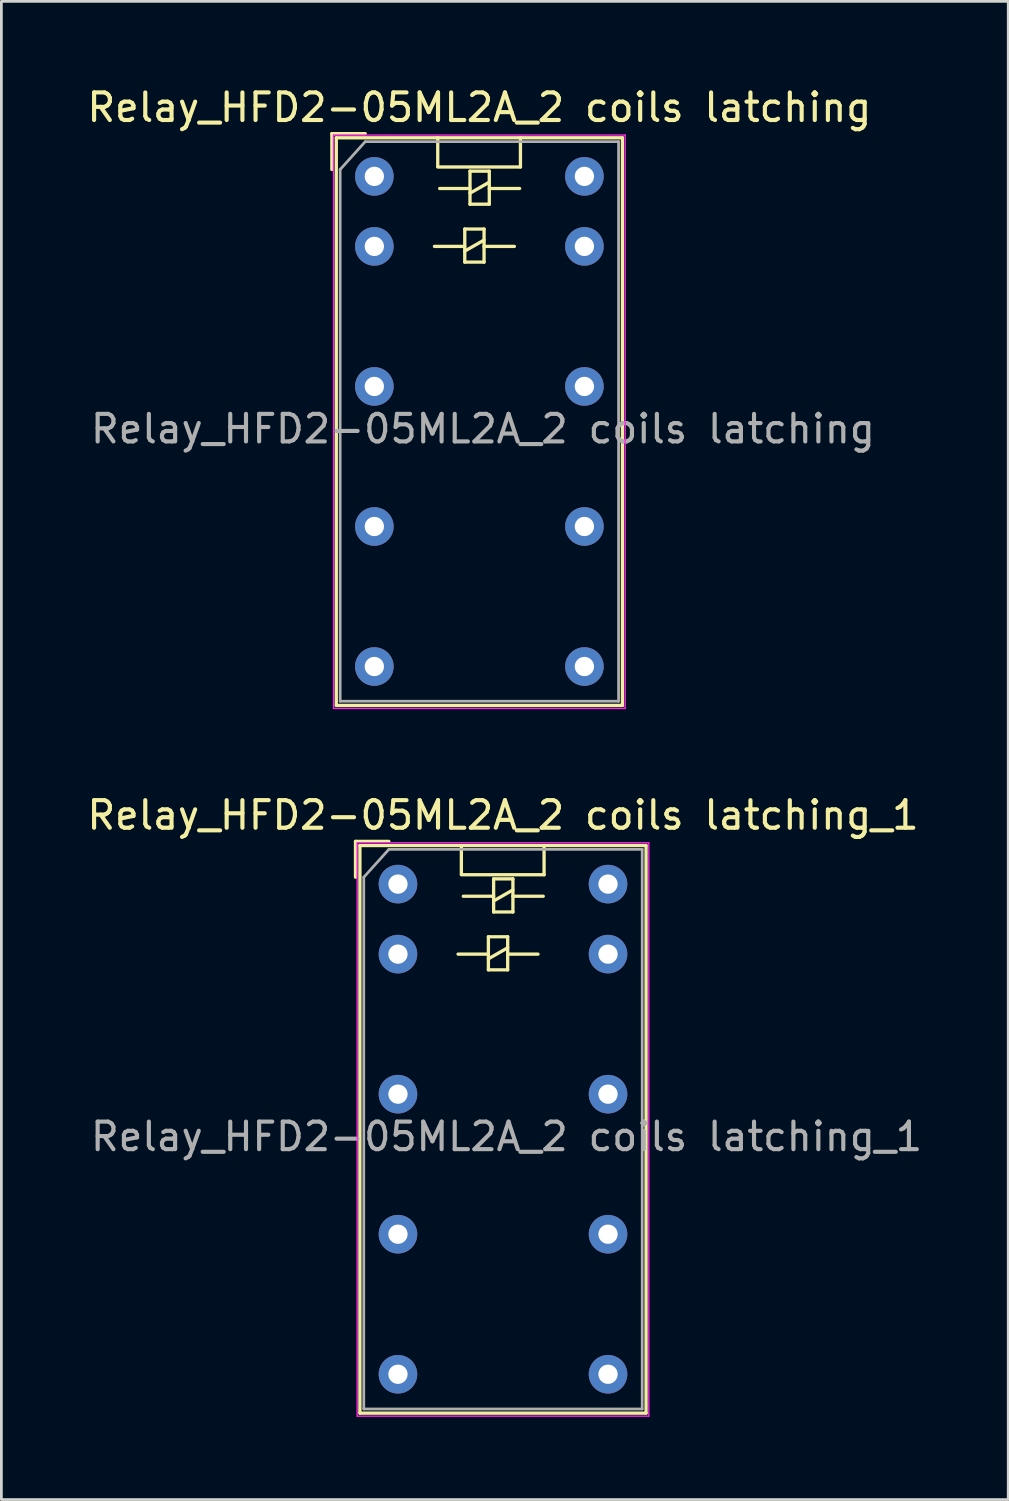
<source format=kicad_pcb>
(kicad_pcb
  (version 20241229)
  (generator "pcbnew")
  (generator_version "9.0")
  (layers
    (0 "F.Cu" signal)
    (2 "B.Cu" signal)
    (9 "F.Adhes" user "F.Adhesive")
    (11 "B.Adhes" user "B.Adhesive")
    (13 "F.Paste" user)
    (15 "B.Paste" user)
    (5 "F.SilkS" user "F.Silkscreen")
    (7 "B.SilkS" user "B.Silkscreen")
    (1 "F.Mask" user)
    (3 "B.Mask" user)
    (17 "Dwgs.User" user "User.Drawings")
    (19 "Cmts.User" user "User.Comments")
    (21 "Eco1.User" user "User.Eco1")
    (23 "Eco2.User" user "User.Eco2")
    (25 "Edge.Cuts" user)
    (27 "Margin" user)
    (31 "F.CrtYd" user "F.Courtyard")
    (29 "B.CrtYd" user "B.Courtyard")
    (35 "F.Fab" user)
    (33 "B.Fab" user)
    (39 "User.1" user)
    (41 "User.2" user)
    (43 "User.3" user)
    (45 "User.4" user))
  (footprint "Relay_HFD2-05ML2A_2 coils latching"
    (layer "F.Cu")
    (at 10.529 3.348)
    (property "Reference" "Relay_HFD2-05ML2A_2 coils latching" (at 3.81 -2.5 0) (layer "F.SilkS") (effects (font (size 1 1) (thickness 0.15))))
    (attr through_hole)
    (fp_line (start -1.54 -1.55) (end -0.33 -1.55) (stroke (width 0.12) (type solid)) (layer "F.SilkS"))
    (fp_line (start -1.54 -0.25) (end -1.54 -1.55) (stroke (width 0.12) (type solid)) (layer "F.SilkS"))
    (fp_line (start -1.38 -1.4) (end -1.38 19.19) (stroke (width 0.12) (type solid)) (layer "F.SilkS"))
    (fp_line (start -1.38 19.19) (end 9 19.19) (stroke (width 0.12) (type solid)) (layer "F.SilkS"))
    (fp_line (start 2.3 -1.4) (end 2.3 -0.36) (stroke (width 0.12) (type solid)) (layer "F.SilkS"))
    (fp_line (start 2.3 -0.34) (end 5.3 -0.34) (stroke (width 0.12) (type solid)) (layer "F.SilkS"))
    (fp_line (start 3.28 1.91) (end 3.28 3.11) (stroke (width 0.12) (type solid)) (layer "F.SilkS"))
    (fp_line (start 3.28 2.54) (end 2.18 2.54) (stroke (width 0.12) (type solid)) (layer "F.SilkS"))
    (fp_line (start 3.28 2.71) (end 3.98 2.31) (stroke (width 0.12) (type solid)) (layer "F.SilkS"))
    (fp_line (start 3.28 3.11) (end 3.98 3.11) (stroke (width 0.12) (type solid)) (layer "F.SilkS"))
    (fp_line (start 3.47 -0.19) (end 3.47 1.01) (stroke (width 0.12) (type solid)) (layer "F.SilkS"))
    (fp_line (start 3.47 0.44) (end 2.37 0.44) (stroke (width 0.12) (type solid)) (layer "F.SilkS"))
    (fp_line (start 3.47 0.61) (end 4.17 0.21) (stroke (width 0.12) (type solid)) (layer "F.SilkS"))
    (fp_line (start 3.47 1.01) (end 4.17 1.01) (stroke (width 0.12) (type solid)) (layer "F.SilkS"))
    (fp_line (start 3.98 1.91) (end 3.28 1.91) (stroke (width 0.12) (type solid)) (layer "F.SilkS"))
    (fp_line (start 3.98 2.54) (end 5.08 2.54) (stroke (width 0.12) (type solid)) (layer "F.SilkS"))
    (fp_line (start 3.98 3.11) (end 3.98 1.91) (stroke (width 0.12) (type solid)) (layer "F.SilkS"))
    (fp_line (start 4.17 -0.19) (end 3.47 -0.19) (stroke (width 0.12) (type solid)) (layer "F.SilkS"))
    (fp_line (start 4.17 0.44) (end 5.27 0.44) (stroke (width 0.12) (type solid)) (layer "F.SilkS"))
    (fp_line (start 4.17 1.01) (end 4.17 -0.19) (stroke (width 0.12) (type solid)) (layer "F.SilkS"))
    (fp_line (start 5.3 -0.34) (end 5.3 -1.4) (stroke (width 0.12) (type solid)) (layer "F.SilkS"))
    (fp_line (start 9 -1.4) (end -1.38 -1.4) (stroke (width 0.12) (type solid)) (layer "F.SilkS"))
    (fp_line (start 9 19.19) (end 9 -1.4) (stroke (width 0.12) (type solid)) (layer "F.SilkS"))
    (fp_line (start -1.48 -1.5) (end -1.48 19.3) (stroke (width 0.05) (type solid)) (layer "F.CrtYd"))
    (fp_line (start -1.48 -1.5) (end 9.1 -1.5) (stroke (width 0.05) (type solid)) (layer "F.CrtYd"))
    (fp_line (start 9.1 -1.5) (end 9.1 19.3) (stroke (width 0.05) (type solid)) (layer "F.CrtYd"))
    (fp_line (start 9.1 19.3) (end -1.48 19.3) (stroke (width 0.05) (type solid)) (layer "F.CrtYd"))
    (fp_line (start -1.24 -0.25) (end -1.24 19.04) (stroke (width 0.1) (type solid)) (layer "F.Fab"))
    (fp_line (start -1.24 -0.25) (end -0.33 -1.26) (stroke (width 0.1) (type solid)) (layer "F.Fab"))
    (fp_line (start -1.24 19.04) (end 8.86 19.04) (stroke (width 0.1) (type solid)) (layer "F.Fab"))
    (fp_line (start 8.86 -1.26) (end -0.33 -1.26) (stroke (width 0.1) (type solid)) (layer "F.Fab"))
    (fp_line (start 8.86 19.04) (end 8.86 -1.26) (stroke (width 0.1) (type solid)) (layer "F.Fab"))
    (fp_text user "${REFERENCE}" (at 3.94 9.16 0) (layer "F.Fab") (effects (font (size 1 1) (thickness 0.15))))
    (pad "1" thru_hole circle (at 7.62 0) (size 1.4 1.4) (drill 0.7) (layers "*.Cu" "*.Mask"))
    (pad "2" thru_hole circle (at 7.62 2.54) (size 1.4 1.4) (drill 0.7) (layers "*.Cu" "*.Mask"))
    (pad "4" thru_hole circle (at 7.62 7.62) (size 1.4 1.4) (drill 0.7) (layers "*.Cu" "*.Mask"))
    (pad "6" thru_hole circle (at 7.62 12.7) (size 1.4 1.4) (drill 0.7) (layers "*.Cu" "*.Mask"))
    (pad "8" thru_hole circle (at 7.62 17.78) (size 1.4 1.4) (drill 0.7) (layers "*.Cu" "*.Mask"))
    (pad "9" thru_hole circle (at 0 17.78) (size 1.4 1.4) (drill 0.7) (layers "*.Cu" "*.Mask"))
    (pad "11" thru_hole circle (at 0 12.7) (size 1.4 1.4) (drill 0.7) (layers "*.Cu" "*.Mask"))
    (pad "13" thru_hole circle (at 0 7.62) (size 1.4 1.4) (drill 0.7) (layers "*.Cu" "*.Mask"))
    (pad "15" thru_hole circle (at 0 2.54) (size 1.4 1.4) (drill 0.7) (layers "*.Cu" "*.Mask"))
    (pad "16" thru_hole circle (at 0 0) (size 1.4 1.4) (drill 0.7) (layers "*.Cu" "*.Mask")))
  (footprint "Relay_HFD2-05ML2A_2 coils latching_1"
    (layer "F.Cu")
    (at 11.386 29.021)
    (property "Reference" "Relay_HFD2-05ML2A_2 coils latching_1" (at 3.81 -2.5 0) (layer "F.SilkS") (effects (font (size 1 1) (thickness 0.15))))
    (attr through_hole)
    (fp_line (start -1.54 -1.55) (end -0.33 -1.55) (stroke (width 0.12) (type solid)) (layer "F.SilkS"))
    (fp_line (start -1.54 -0.25) (end -1.54 -1.55) (stroke (width 0.12) (type solid)) (layer "F.SilkS"))
    (fp_line (start -1.38 -1.4) (end -1.38 19.19) (stroke (width 0.12) (type solid)) (layer "F.SilkS"))
    (fp_line (start -1.38 19.19) (end 9 19.19) (stroke (width 0.12) (type solid)) (layer "F.SilkS"))
    (fp_line (start 2.3 -1.4) (end 2.3 -0.36) (stroke (width 0.12) (type solid)) (layer "F.SilkS"))
    (fp_line (start 2.3 -0.34) (end 5.3 -0.34) (stroke (width 0.12) (type solid)) (layer "F.SilkS"))
    (fp_line (start 3.28 1.91) (end 3.28 3.11) (stroke (width 0.12) (type solid)) (layer "F.SilkS"))
    (fp_line (start 3.28 2.54) (end 2.18 2.54) (stroke (width 0.12) (type solid)) (layer "F.SilkS"))
    (fp_line (start 3.28 2.71) (end 3.98 2.31) (stroke (width 0.12) (type solid)) (layer "F.SilkS"))
    (fp_line (start 3.28 3.11) (end 3.98 3.11) (stroke (width 0.12) (type solid)) (layer "F.SilkS"))
    (fp_line (start 3.47 -0.19) (end 3.47 1.01) (stroke (width 0.12) (type solid)) (layer "F.SilkS"))
    (fp_line (start 3.47 0.44) (end 2.37 0.44) (stroke (width 0.12) (type solid)) (layer "F.SilkS"))
    (fp_line (start 3.47 0.61) (end 4.17 0.21) (stroke (width 0.12) (type solid)) (layer "F.SilkS"))
    (fp_line (start 3.47 1.01) (end 4.17 1.01) (stroke (width 0.12) (type solid)) (layer "F.SilkS"))
    (fp_line (start 3.98 1.91) (end 3.28 1.91) (stroke (width 0.12) (type solid)) (layer "F.SilkS"))
    (fp_line (start 3.98 2.54) (end 5.08 2.54) (stroke (width 0.12) (type solid)) (layer "F.SilkS"))
    (fp_line (start 3.98 3.11) (end 3.98 1.91) (stroke (width 0.12) (type solid)) (layer "F.SilkS"))
    (fp_line (start 4.17 -0.19) (end 3.47 -0.19) (stroke (width 0.12) (type solid)) (layer "F.SilkS"))
    (fp_line (start 4.17 0.44) (end 5.27 0.44) (stroke (width 0.12) (type solid)) (layer "F.SilkS"))
    (fp_line (start 4.17 1.01) (end 4.17 -0.19) (stroke (width 0.12) (type solid)) (layer "F.SilkS"))
    (fp_line (start 5.3 -0.34) (end 5.3 -1.4) (stroke (width 0.12) (type solid)) (layer "F.SilkS"))
    (fp_line (start 9 -1.4) (end -1.38 -1.4) (stroke (width 0.12) (type solid)) (layer "F.SilkS"))
    (fp_line (start 9 19.19) (end 9 -1.4) (stroke (width 0.12) (type solid)) (layer "F.SilkS"))
    (fp_line (start -1.48 -1.5) (end -1.48 19.3) (stroke (width 0.05) (type solid)) (layer "F.CrtYd"))
    (fp_line (start -1.48 -1.5) (end 9.1 -1.5) (stroke (width 0.05) (type solid)) (layer "F.CrtYd"))
    (fp_line (start 9.1 -1.5) (end 9.1 19.3) (stroke (width 0.05) (type solid)) (layer "F.CrtYd"))
    (fp_line (start 9.1 19.3) (end -1.48 19.3) (stroke (width 0.05) (type solid)) (layer "F.CrtYd"))
    (fp_line (start -1.24 -0.25) (end -1.24 19.04) (stroke (width 0.1) (type solid)) (layer "F.Fab"))
    (fp_line (start -1.24 -0.25) (end -0.33 -1.26) (stroke (width 0.1) (type solid)) (layer "F.Fab"))
    (fp_line (start -1.24 19.04) (end 8.86 19.04) (stroke (width 0.1) (type solid)) (layer "F.Fab"))
    (fp_line (start 8.86 -1.26) (end -0.33 -1.26) (stroke (width 0.1) (type solid)) (layer "F.Fab"))
    (fp_line (start 8.86 19.04) (end 8.86 -1.26) (stroke (width 0.1) (type solid)) (layer "F.Fab"))
    (fp_text user "${REFERENCE}" (at 3.94 9.16 0) (layer "F.Fab") (effects (font (size 1 1) (thickness 0.15))))
    (pad "1" thru_hole circle (at 7.62 0) (size 1.4 1.4) (drill 0.7) (layers "*.Cu" "*.Mask"))
    (pad "2" thru_hole circle (at 7.62 2.54) (size 1.4 1.4) (drill 0.7) (layers "*.Cu" "*.Mask"))
    (pad "4" thru_hole circle (at 7.62 7.62) (size 1.4 1.4) (drill 0.7) (layers "*.Cu" "*.Mask"))
    (pad "6" thru_hole circle (at 7.62 12.7) (size 1.4 1.4) (drill 0.7) (layers "*.Cu" "*.Mask"))
    (pad "8" thru_hole circle (at 7.62 17.78) (size 1.4 1.4) (drill 0.7) (layers "*.Cu" "*.Mask"))
    (pad "9" thru_hole circle (at 0 17.78) (size 1.4 1.4) (drill 0.7) (layers "*.Cu" "*.Mask"))
    (pad "11" thru_hole circle (at 0 12.7) (size 1.4 1.4) (drill 0.7) (layers "*.Cu" "*.Mask"))
    (pad "13" thru_hole circle (at 0 7.62) (size 1.4 1.4) (drill 0.7) (layers "*.Cu" "*.Mask"))
    (pad "15" thru_hole circle (at 0 2.54) (size 1.4 1.4) (drill 0.7) (layers "*.Cu" "*.Mask"))
    (pad "16" thru_hole circle (at 0 0) (size 1.4 1.4) (drill 0.7) (layers "*.Cu" "*.Mask")))
  (gr_rect
    (start -3 -3)
    (end 33.523 51.346)
    (stroke (width 0.1) (type default))
    (fill no)
    (layer "Edge.Cuts")))
</source>
